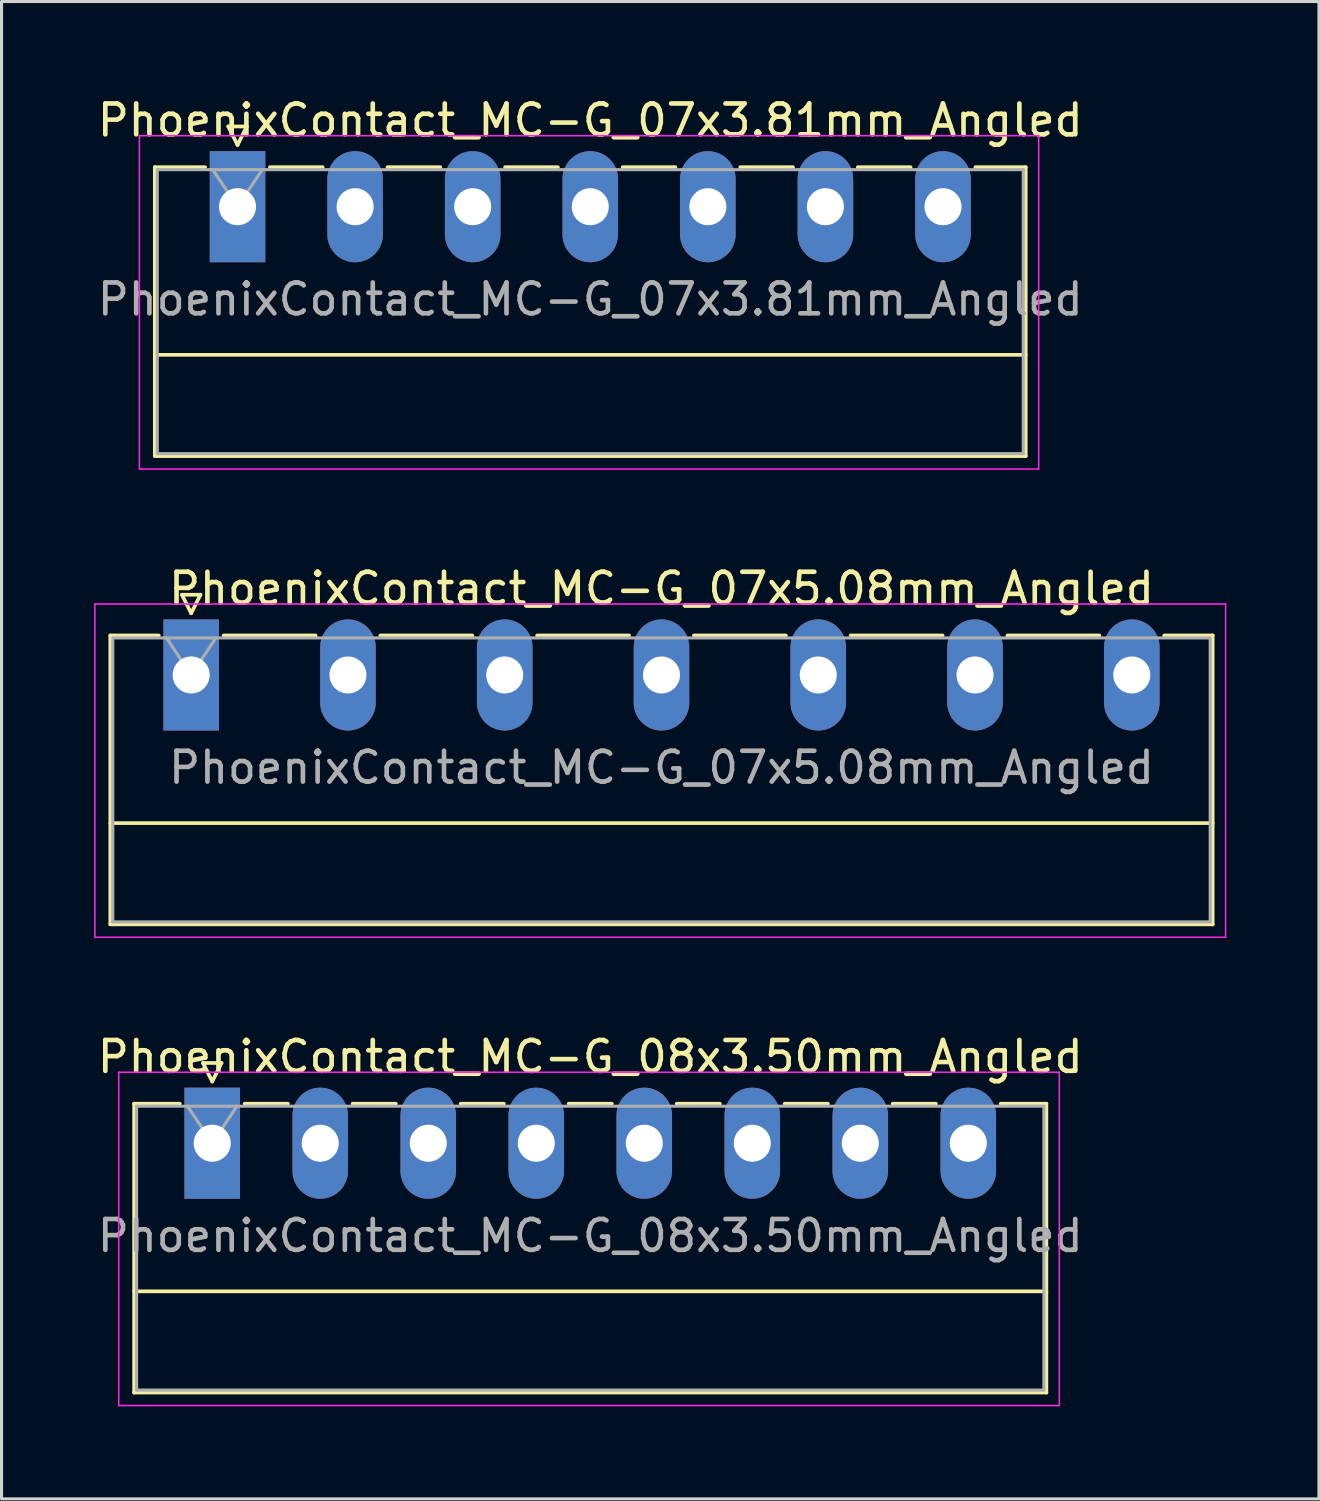
<source format=kicad_pcb>
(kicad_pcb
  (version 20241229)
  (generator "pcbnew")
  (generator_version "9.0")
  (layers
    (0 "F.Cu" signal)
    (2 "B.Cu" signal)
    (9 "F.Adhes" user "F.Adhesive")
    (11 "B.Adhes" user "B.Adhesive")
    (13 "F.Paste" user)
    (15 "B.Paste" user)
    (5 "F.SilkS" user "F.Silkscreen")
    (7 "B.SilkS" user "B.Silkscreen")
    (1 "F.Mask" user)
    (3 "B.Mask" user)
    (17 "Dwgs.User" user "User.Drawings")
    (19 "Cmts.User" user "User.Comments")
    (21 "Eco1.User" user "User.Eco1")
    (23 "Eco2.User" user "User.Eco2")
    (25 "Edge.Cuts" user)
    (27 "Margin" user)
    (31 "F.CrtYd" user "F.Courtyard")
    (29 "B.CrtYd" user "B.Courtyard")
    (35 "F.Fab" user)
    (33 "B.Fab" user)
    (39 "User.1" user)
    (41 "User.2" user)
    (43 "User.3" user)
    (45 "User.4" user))
  (footprint "PhoenixContact_MC-G_07x3.81mm_Angled"
    (layer "F.Cu")
    (at 4.647 3.648)
    (property "Reference" "PhoenixContact_MC-G_07x3.81mm_Angled" (at 11.43 -2.8 0) (layer "F.SilkS") (effects (font (size 1 1) (thickness 0.15))))
    (attr through_hole)
    (fp_line (start -2.68 -1.28) (end -2.68 8.08) (stroke (width 0.12) (type solid)) (layer "F.SilkS"))
    (fp_line (start -2.68 -1.28) (end -1.05 -1.28) (stroke (width 0.12) (type solid)) (layer "F.SilkS"))
    (fp_line (start -2.68 4.8) (end 25.54 4.8) (stroke (width 0.12) (type solid)) (layer "F.SilkS"))
    (fp_line (start -2.68 8.08) (end 25.54 8.08) (stroke (width 0.12) (type solid)) (layer "F.SilkS"))
    (fp_line (start -0.3 -2.6) (end 0.3 -2.6) (stroke (width 0.12) (type solid)) (layer "F.SilkS"))
    (fp_line (start 0 -2) (end -0.3 -2.6) (stroke (width 0.12) (type solid)) (layer "F.SilkS"))
    (fp_line (start 0.3 -2.6) (end 0 -2) (stroke (width 0.12) (type solid)) (layer "F.SilkS"))
    (fp_line (start 1.05 -1.28) (end 2.76 -1.28) (stroke (width 0.12) (type solid)) (layer "F.SilkS"))
    (fp_line (start 4.86 -1.28) (end 6.57 -1.28) (stroke (width 0.12) (type solid)) (layer "F.SilkS"))
    (fp_line (start 8.67 -1.28) (end 10.38 -1.28) (stroke (width 0.12) (type solid)) (layer "F.SilkS"))
    (fp_line (start 12.48 -1.28) (end 14.19 -1.28) (stroke (width 0.12) (type solid)) (layer "F.SilkS"))
    (fp_line (start 16.29 -1.28) (end 18 -1.28) (stroke (width 0.12) (type solid)) (layer "F.SilkS"))
    (fp_line (start 20.1 -1.28) (end 21.81 -1.28) (stroke (width 0.12) (type solid)) (layer "F.SilkS"))
    (fp_line (start 25.54 -1.28) (end 23.91 -1.28) (stroke (width 0.12) (type solid)) (layer "F.SilkS"))
    (fp_line (start 25.54 8.08) (end 25.54 -1.28) (stroke (width 0.12) (type solid)) (layer "F.SilkS"))
    (fp_line (start -3.18 -2.3) (end -3.18 8.5) (stroke (width 0.05) (type solid)) (layer "F.CrtYd"))
    (fp_line (start -3.18 8.5) (end 25.96 8.5) (stroke (width 0.05) (type solid)) (layer "F.CrtYd"))
    (fp_line (start 25.96 -2.3) (end -3.18 -2.3) (stroke (width 0.05) (type solid)) (layer "F.CrtYd"))
    (fp_line (start 25.96 8.5) (end 25.96 -2.3) (stroke (width 0.05) (type solid)) (layer "F.CrtYd"))
    (fp_line (start -2.6 -1.2) (end -2.6 8) (stroke (width 0.1) (type solid)) (layer "F.Fab"))
    (fp_line (start -2.6 8) (end 25.46 8) (stroke (width 0.1) (type solid)) (layer "F.Fab"))
    (fp_line (start 0 0) (end -0.8 -1.2) (stroke (width 0.1) (type solid)) (layer "F.Fab"))
    (fp_line (start 0.8 -1.2) (end 0 0) (stroke (width 0.1) (type solid)) (layer "F.Fab"))
    (fp_line (start 25.46 -1.2) (end -2.6 -1.2) (stroke (width 0.1) (type solid)) (layer "F.Fab"))
    (fp_line (start 25.46 8) (end 25.46 -1.2) (stroke (width 0.1) (type solid)) (layer "F.Fab"))
    (fp_text user "${REFERENCE}" (at 11.43 3 0) (layer "F.Fab") (effects (font (size 1 1) (thickness 0.15))))
    (pad "1" thru_hole rect (at 0 0) (size 1.8 3.6) (drill 1.2) (layers "*.Cu" "*.Mask"))
    (pad "2" thru_hole oval (at 3.81 0) (size 1.8 3.6) (drill 1.2) (layers "*.Cu" "*.Mask"))
    (pad "3" thru_hole oval (at 7.62 0) (size 1.8 3.6) (drill 1.2) (layers "*.Cu" "*.Mask"))
    (pad "4" thru_hole oval (at 11.43 0) (size 1.8 3.6) (drill 1.2) (layers "*.Cu" "*.Mask"))
    (pad "5" thru_hole oval (at 15.24 0) (size 1.8 3.6) (drill 1.2) (layers "*.Cu" "*.Mask"))
    (pad "6" thru_hole oval (at 19.05 0) (size 1.8 3.6) (drill 1.2) (layers "*.Cu" "*.Mask"))
    (pad "7" thru_hole oval (at 22.86 0) (size 1.8 3.6) (drill 1.2) (layers "*.Cu" "*.Mask")))
  (footprint "PhoenixContact_MC-G_08x3.50mm_Angled"
    (layer "F.Cu")
    (at 3.827 33.995)
    (property "Reference" "PhoenixContact_MC-G_08x3.50mm_Angled" (at 12.25 -2.8 0) (layer "F.SilkS") (effects (font (size 1 1) (thickness 0.15))))
    (attr through_hole)
    (fp_line (start -2.53 -1.28) (end -2.53 8.08) (stroke (width 0.12) (type solid)) (layer "F.SilkS"))
    (fp_line (start -2.53 -1.28) (end -1.05 -1.28) (stroke (width 0.12) (type solid)) (layer "F.SilkS"))
    (fp_line (start -2.53 4.8) (end 27.03 4.8) (stroke (width 0.12) (type solid)) (layer "F.SilkS"))
    (fp_line (start -2.53 8.08) (end 27.03 8.08) (stroke (width 0.12) (type solid)) (layer "F.SilkS"))
    (fp_line (start -0.3 -2.6) (end 0.3 -2.6) (stroke (width 0.12) (type solid)) (layer "F.SilkS"))
    (fp_line (start 0 -2) (end -0.3 -2.6) (stroke (width 0.12) (type solid)) (layer "F.SilkS"))
    (fp_line (start 0.3 -2.6) (end 0 -2) (stroke (width 0.12) (type solid)) (layer "F.SilkS"))
    (fp_line (start 1.05 -1.28) (end 2.45 -1.28) (stroke (width 0.12) (type solid)) (layer "F.SilkS"))
    (fp_line (start 4.55 -1.28) (end 5.95 -1.28) (stroke (width 0.12) (type solid)) (layer "F.SilkS"))
    (fp_line (start 8.05 -1.28) (end 9.45 -1.28) (stroke (width 0.12) (type solid)) (layer "F.SilkS"))
    (fp_line (start 11.55 -1.28) (end 12.95 -1.28) (stroke (width 0.12) (type solid)) (layer "F.SilkS"))
    (fp_line (start 15.05 -1.28) (end 16.45 -1.28) (stroke (width 0.12) (type solid)) (layer "F.SilkS"))
    (fp_line (start 18.55 -1.28) (end 19.95 -1.28) (stroke (width 0.12) (type solid)) (layer "F.SilkS"))
    (fp_line (start 22.05 -1.28) (end 23.45 -1.28) (stroke (width 0.12) (type solid)) (layer "F.SilkS"))
    (fp_line (start 27.03 -1.28) (end 25.55 -1.28) (stroke (width 0.12) (type solid)) (layer "F.SilkS"))
    (fp_line (start 27.03 8.08) (end 27.03 -1.28) (stroke (width 0.12) (type solid)) (layer "F.SilkS"))
    (fp_line (start -3.03 -2.3) (end -3.03 8.5) (stroke (width 0.05) (type solid)) (layer "F.CrtYd"))
    (fp_line (start -3.03 8.5) (end 27.45 8.5) (stroke (width 0.05) (type solid)) (layer "F.CrtYd"))
    (fp_line (start 27.45 -2.3) (end -3.03 -2.3) (stroke (width 0.05) (type solid)) (layer "F.CrtYd"))
    (fp_line (start 27.45 8.5) (end 27.45 -2.3) (stroke (width 0.05) (type solid)) (layer "F.CrtYd"))
    (fp_line (start -2.45 -1.2) (end -2.45 8) (stroke (width 0.1) (type solid)) (layer "F.Fab"))
    (fp_line (start -2.45 8) (end 26.95 8) (stroke (width 0.1) (type solid)) (layer "F.Fab"))
    (fp_line (start 0 0) (end -0.8 -1.2) (stroke (width 0.1) (type solid)) (layer "F.Fab"))
    (fp_line (start 0.8 -1.2) (end 0 0) (stroke (width 0.1) (type solid)) (layer "F.Fab"))
    (fp_line (start 26.95 -1.2) (end -2.45 -1.2) (stroke (width 0.1) (type solid)) (layer "F.Fab"))
    (fp_line (start 26.95 8) (end 26.95 -1.2) (stroke (width 0.1) (type solid)) (layer "F.Fab"))
    (fp_text user "${REFERENCE}" (at 12.25 3 0) (layer "F.Fab") (effects (font (size 1 1) (thickness 0.15))))
    (pad "1" thru_hole rect (at 0 0) (size 1.8 3.6) (drill 1.2) (layers "*.Cu" "*.Mask"))
    (pad "2" thru_hole oval (at 3.5 0) (size 1.8 3.6) (drill 1.2) (layers "*.Cu" "*.Mask"))
    (pad "3" thru_hole oval (at 7 0) (size 1.8 3.6) (drill 1.2) (layers "*.Cu" "*.Mask"))
    (pad "4" thru_hole oval (at 10.5 0) (size 1.8 3.6) (drill 1.2) (layers "*.Cu" "*.Mask"))
    (pad "5" thru_hole oval (at 14 0) (size 1.8 3.6) (drill 1.2) (layers "*.Cu" "*.Mask"))
    (pad "6" thru_hole oval (at 17.5 0) (size 1.8 3.6) (drill 1.2) (layers "*.Cu" "*.Mask"))
    (pad "7" thru_hole oval (at 21 0) (size 1.8 3.6) (drill 1.2) (layers "*.Cu" "*.Mask"))
    (pad "8" thru_hole oval (at 24.5 0) (size 1.8 3.6) (drill 1.2) (layers "*.Cu" "*.Mask")))
  (footprint "PhoenixContact_MC-G_07x5.08mm_Angled"
    (layer "F.Cu")
    (at 3.145 18.822)
    (property "Reference" "PhoenixContact_MC-G_07x5.08mm_Angled" (at 15.24 -2.8 0) (layer "F.SilkS") (effects (font (size 1 1) (thickness 0.15))))
    (attr through_hole)
    (fp_line (start -2.62 -1.28) (end -2.62 8.08) (stroke (width 0.12) (type solid)) (layer "F.SilkS"))
    (fp_line (start -2.62 -1.28) (end -1.05 -1.28) (stroke (width 0.12) (type solid)) (layer "F.SilkS"))
    (fp_line (start -2.62 4.8) (end 33.1 4.8) (stroke (width 0.12) (type solid)) (layer "F.SilkS"))
    (fp_line (start -2.62 8.08) (end 33.1 8.08) (stroke (width 0.12) (type solid)) (layer "F.SilkS"))
    (fp_line (start -0.3 -2.6) (end 0.3 -2.6) (stroke (width 0.12) (type solid)) (layer "F.SilkS"))
    (fp_line (start 0 -2) (end -0.3 -2.6) (stroke (width 0.12) (type solid)) (layer "F.SilkS"))
    (fp_line (start 0.3 -2.6) (end 0 -2) (stroke (width 0.12) (type solid)) (layer "F.SilkS"))
    (fp_line (start 1.05 -1.28) (end 4.03 -1.28) (stroke (width 0.12) (type solid)) (layer "F.SilkS"))
    (fp_line (start 6.13 -1.28) (end 9.11 -1.28) (stroke (width 0.12) (type solid)) (layer "F.SilkS"))
    (fp_line (start 11.21 -1.28) (end 14.19 -1.28) (stroke (width 0.12) (type solid)) (layer "F.SilkS"))
    (fp_line (start 16.29 -1.28) (end 19.27 -1.28) (stroke (width 0.12) (type solid)) (layer "F.SilkS"))
    (fp_line (start 21.37 -1.28) (end 24.35 -1.28) (stroke (width 0.12) (type solid)) (layer "F.SilkS"))
    (fp_line (start 26.45 -1.28) (end 29.43 -1.28) (stroke (width 0.12) (type solid)) (layer "F.SilkS"))
    (fp_line (start 33.1 -1.28) (end 31.53 -1.28) (stroke (width 0.12) (type solid)) (layer "F.SilkS"))
    (fp_line (start 33.1 8.08) (end 33.1 -1.28) (stroke (width 0.12) (type solid)) (layer "F.SilkS"))
    (fp_line (start -3.12 -2.3) (end -3.12 8.5) (stroke (width 0.05) (type solid)) (layer "F.CrtYd"))
    (fp_line (start -3.12 8.5) (end 33.52 8.5) (stroke (width 0.05) (type solid)) (layer "F.CrtYd"))
    (fp_line (start 33.52 -2.3) (end -3.12 -2.3) (stroke (width 0.05) (type solid)) (layer "F.CrtYd"))
    (fp_line (start 33.52 8.5) (end 33.52 -2.3) (stroke (width 0.05) (type solid)) (layer "F.CrtYd"))
    (fp_line (start -2.54 -1.2) (end -2.54 8) (stroke (width 0.1) (type solid)) (layer "F.Fab"))
    (fp_line (start -2.54 8) (end 33.02 8) (stroke (width 0.1) (type solid)) (layer "F.Fab"))
    (fp_line (start 0 0) (end -0.8 -1.2) (stroke (width 0.1) (type solid)) (layer "F.Fab"))
    (fp_line (start 0.8 -1.2) (end 0 0) (stroke (width 0.1) (type solid)) (layer "F.Fab"))
    (fp_line (start 33.02 -1.2) (end -2.54 -1.2) (stroke (width 0.1) (type solid)) (layer "F.Fab"))
    (fp_line (start 33.02 8) (end 33.02 -1.2) (stroke (width 0.1) (type solid)) (layer "F.Fab"))
    (fp_text user "${REFERENCE}" (at 15.24 3 0) (layer "F.Fab") (effects (font (size 1 1) (thickness 0.15))))
    (pad "1" thru_hole rect (at 0 0) (size 1.8 3.6) (drill 1.2) (layers "*.Cu" "*.Mask"))
    (pad "2" thru_hole oval (at 5.08 0) (size 1.8 3.6) (drill 1.2) (layers "*.Cu" "*.Mask"))
    (pad "3" thru_hole oval (at 10.16 0) (size 1.8 3.6) (drill 1.2) (layers "*.Cu" "*.Mask"))
    (pad "4" thru_hole oval (at 15.24 0) (size 1.8 3.6) (drill 1.2) (layers "*.Cu" "*.Mask"))
    (pad "5" thru_hole oval (at 20.32 0) (size 1.8 3.6) (drill 1.2) (layers "*.Cu" "*.Mask"))
    (pad "6" thru_hole oval (at 25.4 0) (size 1.8 3.6) (drill 1.2) (layers "*.Cu" "*.Mask"))
    (pad "7" thru_hole oval (at 30.48 0) (size 1.8 3.6) (drill 1.2) (layers "*.Cu" "*.Mask")))
  (gr_rect
    (start -3 -3)
    (end 39.69 45.52)
    (stroke (width 0.1) (type default))
    (fill no)
    (layer "Edge.Cuts")))
</source>
